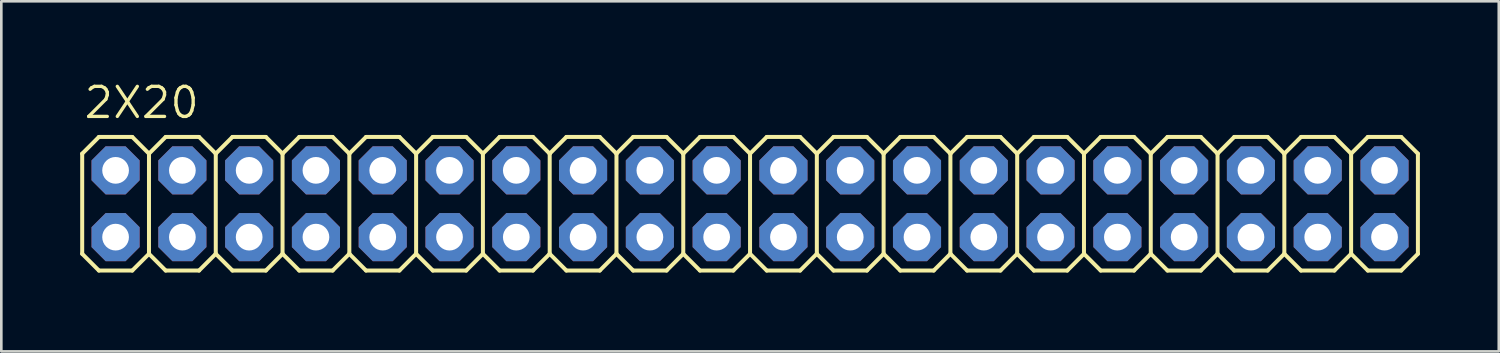
<source format=kicad_pcb>
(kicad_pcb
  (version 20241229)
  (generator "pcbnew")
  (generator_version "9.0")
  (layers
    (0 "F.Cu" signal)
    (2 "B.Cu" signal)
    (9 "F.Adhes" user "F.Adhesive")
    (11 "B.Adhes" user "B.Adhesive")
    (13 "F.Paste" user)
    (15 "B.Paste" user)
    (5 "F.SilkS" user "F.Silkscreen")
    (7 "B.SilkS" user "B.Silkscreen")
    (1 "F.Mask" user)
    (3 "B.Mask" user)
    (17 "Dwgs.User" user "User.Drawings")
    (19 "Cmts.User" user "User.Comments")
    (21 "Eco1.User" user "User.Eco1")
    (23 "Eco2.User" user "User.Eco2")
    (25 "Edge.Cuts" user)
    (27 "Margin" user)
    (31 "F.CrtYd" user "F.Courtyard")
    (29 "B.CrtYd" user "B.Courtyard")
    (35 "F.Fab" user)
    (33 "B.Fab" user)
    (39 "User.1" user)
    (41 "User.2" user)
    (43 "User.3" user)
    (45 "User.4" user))
  (footprint "2X20"
    (layer "F.Cu")
    (at 25.476 4.699)
    (property "Reference" "2X20" (at -25.4 -3.175 0) (layer "F.SilkS") (effects (font (size 1.143 1.143) (thickness 0.127)) (justify left bottom)))
    (fp_line (start -25.4 -1.905) (end -24.765 -2.54) (stroke (width 0.152) (type solid)) (layer "F.SilkS"))
    (fp_line (start -25.4 1.905) (end -25.4 -1.905) (stroke (width 0.152) (type solid)) (layer "F.SilkS"))
    (fp_line (start -25.4 1.905) (end -24.765 2.54) (stroke (width 0.152) (type solid)) (layer "F.SilkS"))
    (fp_line (start -24.765 -2.54) (end -23.495 -2.54) (stroke (width 0.152) (type solid)) (layer "F.SilkS"))
    (fp_line (start -24.765 2.54) (end -23.495 2.54) (stroke (width 0.152) (type solid)) (layer "F.SilkS"))
    (fp_line (start -23.495 -2.54) (end -22.86 -1.905) (stroke (width 0.152) (type solid)) (layer "F.SilkS"))
    (fp_line (start -23.495 2.54) (end -22.86 1.905) (stroke (width 0.152) (type solid)) (layer "F.SilkS"))
    (fp_line (start -22.86 -1.905) (end -22.86 1.905) (stroke (width 0.152) (type solid)) (layer "F.SilkS"))
    (fp_line (start -22.86 -1.905) (end -22.225 -2.54) (stroke (width 0.152) (type solid)) (layer "F.SilkS"))
    (fp_line (start -22.86 1.905) (end -22.225 2.54) (stroke (width 0.152) (type solid)) (layer "F.SilkS"))
    (fp_line (start -22.225 -2.54) (end -20.955 -2.54) (stroke (width 0.152) (type solid)) (layer "F.SilkS"))
    (fp_line (start -22.225 2.54) (end -20.955 2.54) (stroke (width 0.152) (type solid)) (layer "F.SilkS"))
    (fp_line (start -20.955 -2.54) (end -20.32 -1.905) (stroke (width 0.152) (type solid)) (layer "F.SilkS"))
    (fp_line (start -20.955 2.54) (end -20.32 1.905) (stroke (width 0.152) (type solid)) (layer "F.SilkS"))
    (fp_line (start -20.32 -1.905) (end -20.32 1.905) (stroke (width 0.152) (type solid)) (layer "F.SilkS"))
    (fp_line (start -20.32 -1.905) (end -19.685 -2.54) (stroke (width 0.152) (type solid)) (layer "F.SilkS"))
    (fp_line (start -20.32 1.905) (end -19.685 2.54) (stroke (width 0.152) (type solid)) (layer "F.SilkS"))
    (fp_line (start -19.685 -2.54) (end -18.415 -2.54) (stroke (width 0.152) (type solid)) (layer "F.SilkS"))
    (fp_line (start -19.685 2.54) (end -18.415 2.54) (stroke (width 0.152) (type solid)) (layer "F.SilkS"))
    (fp_line (start -18.415 -2.54) (end -17.78 -1.905) (stroke (width 0.152) (type solid)) (layer "F.SilkS"))
    (fp_line (start -18.415 2.54) (end -17.78 1.905) (stroke (width 0.152) (type solid)) (layer "F.SilkS"))
    (fp_line (start -17.78 -1.905) (end -17.78 1.905) (stroke (width 0.152) (type solid)) (layer "F.SilkS"))
    (fp_line (start -17.78 -1.905) (end -17.145 -2.54) (stroke (width 0.152) (type solid)) (layer "F.SilkS"))
    (fp_line (start -17.78 1.905) (end -17.145 2.54) (stroke (width 0.152) (type solid)) (layer "F.SilkS"))
    (fp_line (start -17.145 -2.54) (end -15.875 -2.54) (stroke (width 0.152) (type solid)) (layer "F.SilkS"))
    (fp_line (start -17.145 2.54) (end -15.875 2.54) (stroke (width 0.152) (type solid)) (layer "F.SilkS"))
    (fp_line (start -15.875 -2.54) (end -15.24 -1.905) (stroke (width 0.152) (type solid)) (layer "F.SilkS"))
    (fp_line (start -15.875 2.54) (end -15.24 1.905) (stroke (width 0.152) (type solid)) (layer "F.SilkS"))
    (fp_line (start -15.24 -1.905) (end -15.24 1.905) (stroke (width 0.152) (type solid)) (layer "F.SilkS"))
    (fp_line (start -15.24 -1.905) (end -14.605 -2.54) (stroke (width 0.152) (type solid)) (layer "F.SilkS"))
    (fp_line (start -15.24 1.905) (end -14.605 2.54) (stroke (width 0.152) (type solid)) (layer "F.SilkS"))
    (fp_line (start -14.605 -2.54) (end -13.335 -2.54) (stroke (width 0.152) (type solid)) (layer "F.SilkS"))
    (fp_line (start -14.605 2.54) (end -13.335 2.54) (stroke (width 0.152) (type solid)) (layer "F.SilkS"))
    (fp_line (start -13.335 -2.54) (end -12.7 -1.905) (stroke (width 0.152) (type solid)) (layer "F.SilkS"))
    (fp_line (start -13.335 2.54) (end -12.7 1.905) (stroke (width 0.152) (type solid)) (layer "F.SilkS"))
    (fp_line (start -12.7 -1.905) (end -12.7 1.905) (stroke (width 0.152) (type solid)) (layer "F.SilkS"))
    (fp_line (start -12.7 -1.905) (end -12.065 -2.54) (stroke (width 0.152) (type solid)) (layer "F.SilkS"))
    (fp_line (start -12.7 1.905) (end -12.065 2.54) (stroke (width 0.152) (type solid)) (layer "F.SilkS"))
    (fp_line (start -12.065 -2.54) (end -10.795 -2.54) (stroke (width 0.152) (type solid)) (layer "F.SilkS"))
    (fp_line (start -12.065 2.54) (end -10.795 2.54) (stroke (width 0.152) (type solid)) (layer "F.SilkS"))
    (fp_line (start -10.795 -2.54) (end -10.16 -1.905) (stroke (width 0.152) (type solid)) (layer "F.SilkS"))
    (fp_line (start -10.795 2.54) (end -10.16 1.905) (stroke (width 0.152) (type solid)) (layer "F.SilkS"))
    (fp_line (start -10.16 -1.905) (end -10.16 1.905) (stroke (width 0.152) (type solid)) (layer "F.SilkS"))
    (fp_line (start -10.16 -1.905) (end -9.525 -2.54) (stroke (width 0.152) (type solid)) (layer "F.SilkS"))
    (fp_line (start -10.16 1.905) (end -9.525 2.54) (stroke (width 0.152) (type solid)) (layer "F.SilkS"))
    (fp_line (start -9.525 -2.54) (end -8.255 -2.54) (stroke (width 0.152) (type solid)) (layer "F.SilkS"))
    (fp_line (start -8.255 -2.54) (end -7.62 -1.905) (stroke (width 0.152) (type solid)) (layer "F.SilkS"))
    (fp_line (start -8.255 2.54) (end -9.525 2.54) (stroke (width 0.152) (type solid)) (layer "F.SilkS"))
    (fp_line (start -7.62 -1.905) (end -7.62 1.905) (stroke (width 0.152) (type solid)) (layer "F.SilkS"))
    (fp_line (start -7.62 -1.905) (end -6.985 -2.54) (stroke (width 0.152) (type solid)) (layer "F.SilkS"))
    (fp_line (start -7.62 1.905) (end -8.255 2.54) (stroke (width 0.152) (type solid)) (layer "F.SilkS"))
    (fp_line (start -7.62 1.905) (end -6.985 2.54) (stroke (width 0.152) (type solid)) (layer "F.SilkS"))
    (fp_line (start -6.985 -2.54) (end -5.715 -2.54) (stroke (width 0.152) (type solid)) (layer "F.SilkS"))
    (fp_line (start -5.715 -2.54) (end -5.08 -1.905) (stroke (width 0.152) (type solid)) (layer "F.SilkS"))
    (fp_line (start -5.715 2.54) (end -6.985 2.54) (stroke (width 0.152) (type solid)) (layer "F.SilkS"))
    (fp_line (start -5.08 -1.905) (end -5.08 1.905) (stroke (width 0.152) (type solid)) (layer "F.SilkS"))
    (fp_line (start -5.08 -1.905) (end -4.445 -2.54) (stroke (width 0.152) (type solid)) (layer "F.SilkS"))
    (fp_line (start -5.08 1.905) (end -5.715 2.54) (stroke (width 0.152) (type solid)) (layer "F.SilkS"))
    (fp_line (start -5.08 1.905) (end -4.445 2.54) (stroke (width 0.152) (type solid)) (layer "F.SilkS"))
    (fp_line (start -4.445 -2.54) (end -3.175 -2.54) (stroke (width 0.152) (type solid)) (layer "F.SilkS"))
    (fp_line (start -3.175 -2.54) (end -2.54 -1.905) (stroke (width 0.152) (type solid)) (layer "F.SilkS"))
    (fp_line (start -3.175 2.54) (end -4.445 2.54) (stroke (width 0.152) (type solid)) (layer "F.SilkS"))
    (fp_line (start -2.54 -1.905) (end -2.54 1.905) (stroke (width 0.152) (type solid)) (layer "F.SilkS"))
    (fp_line (start -2.54 -1.905) (end -1.905 -2.54) (stroke (width 0.152) (type solid)) (layer "F.SilkS"))
    (fp_line (start -2.54 1.905) (end -3.175 2.54) (stroke (width 0.152) (type solid)) (layer "F.SilkS"))
    (fp_line (start -2.54 1.905) (end -1.905 2.54) (stroke (width 0.152) (type solid)) (layer "F.SilkS"))
    (fp_line (start -1.905 -2.54) (end -0.635 -2.54) (stroke (width 0.152) (type solid)) (layer "F.SilkS"))
    (fp_line (start -0.635 -2.54) (end 0 -1.905) (stroke (width 0.152) (type solid)) (layer "F.SilkS"))
    (fp_line (start -0.635 2.54) (end -1.905 2.54) (stroke (width 0.152) (type solid)) (layer "F.SilkS"))
    (fp_line (start 0 -1.905) (end 0 1.905) (stroke (width 0.152) (type solid)) (layer "F.SilkS"))
    (fp_line (start 0 -1.905) (end 0.635 -2.54) (stroke (width 0.152) (type solid)) (layer "F.SilkS"))
    (fp_line (start 0 1.905) (end -0.635 2.54) (stroke (width 0.152) (type solid)) (layer "F.SilkS"))
    (fp_line (start 0 1.905) (end 0.635 2.54) (stroke (width 0.152) (type solid)) (layer "F.SilkS"))
    (fp_line (start 0.635 -2.54) (end 1.905 -2.54) (stroke (width 0.152) (type solid)) (layer "F.SilkS"))
    (fp_line (start 1.905 -2.54) (end 2.54 -1.905) (stroke (width 0.152) (type solid)) (layer "F.SilkS"))
    (fp_line (start 1.905 2.54) (end 0.635 2.54) (stroke (width 0.152) (type solid)) (layer "F.SilkS"))
    (fp_line (start 2.54 -1.905) (end 2.54 1.905) (stroke (width 0.152) (type solid)) (layer "F.SilkS"))
    (fp_line (start 2.54 -1.905) (end 3.175 -2.54) (stroke (width 0.152) (type solid)) (layer "F.SilkS"))
    (fp_line (start 2.54 1.905) (end 1.905 2.54) (stroke (width 0.152) (type solid)) (layer "F.SilkS"))
    (fp_line (start 2.54 1.905) (end 3.175 2.54) (stroke (width 0.152) (type solid)) (layer "F.SilkS"))
    (fp_line (start 3.175 -2.54) (end 4.445 -2.54) (stroke (width 0.152) (type solid)) (layer "F.SilkS"))
    (fp_line (start 4.445 2.54) (end 3.175 2.54) (stroke (width 0.152) (type solid)) (layer "F.SilkS"))
    (fp_line (start 5.08 -1.905) (end 4.445 -2.54) (stroke (width 0.152) (type solid)) (layer "F.SilkS"))
    (fp_line (start 5.08 -1.905) (end 5.08 1.905) (stroke (width 0.152) (type solid)) (layer "F.SilkS"))
    (fp_line (start 5.08 -1.905) (end 5.715 -2.54) (stroke (width 0.152) (type solid)) (layer "F.SilkS"))
    (fp_line (start 5.08 1.905) (end 4.445 2.54) (stroke (width 0.152) (type solid)) (layer "F.SilkS"))
    (fp_line (start 5.08 1.905) (end 5.715 2.54) (stroke (width 0.152) (type solid)) (layer "F.SilkS"))
    (fp_line (start 6.985 -2.54) (end 5.715 -2.54) (stroke (width 0.152) (type solid)) (layer "F.SilkS"))
    (fp_line (start 6.985 -2.54) (end 7.62 -1.905) (stroke (width 0.152) (type solid)) (layer "F.SilkS"))
    (fp_line (start 6.985 2.54) (end 5.715 2.54) (stroke (width 0.152) (type solid)) (layer "F.SilkS"))
    (fp_line (start 7.62 -1.905) (end 7.62 1.905) (stroke (width 0.152) (type solid)) (layer "F.SilkS"))
    (fp_line (start 7.62 -1.905) (end 8.255 -2.54) (stroke (width 0.152) (type solid)) (layer "F.SilkS"))
    (fp_line (start 7.62 1.905) (end 6.985 2.54) (stroke (width 0.152) (type solid)) (layer "F.SilkS"))
    (fp_line (start 7.62 1.905) (end 8.255 2.54) (stroke (width 0.152) (type solid)) (layer "F.SilkS"))
    (fp_line (start 9.525 -2.54) (end 8.255 -2.54) (stroke (width 0.152) (type solid)) (layer "F.SilkS"))
    (fp_line (start 9.525 -2.54) (end 10.16 -1.905) (stroke (width 0.152) (type solid)) (layer "F.SilkS"))
    (fp_line (start 9.525 2.54) (end 8.255 2.54) (stroke (width 0.152) (type solid)) (layer "F.SilkS"))
    (fp_line (start 10.16 -1.905) (end 10.16 1.905) (stroke (width 0.152) (type solid)) (layer "F.SilkS"))
    (fp_line (start 10.16 -1.905) (end 10.795 -2.54) (stroke (width 0.152) (type solid)) (layer "F.SilkS"))
    (fp_line (start 10.16 1.905) (end 9.525 2.54) (stroke (width 0.152) (type solid)) (layer "F.SilkS"))
    (fp_line (start 10.795 2.54) (end 10.16 1.905) (stroke (width 0.152) (type solid)) (layer "F.SilkS"))
    (fp_line (start 10.795 2.54) (end 12.065 2.54) (stroke (width 0.152) (type solid)) (layer "F.SilkS"))
    (fp_line (start 12.065 -2.54) (end 10.795 -2.54) (stroke (width 0.152) (type solid)) (layer "F.SilkS"))
    (fp_line (start 12.065 -2.54) (end 12.7 -1.905) (stroke (width 0.152) (type solid)) (layer "F.SilkS"))
    (fp_line (start 12.7 -1.905) (end 12.7 1.905) (stroke (width 0.152) (type solid)) (layer "F.SilkS"))
    (fp_line (start 12.7 -1.905) (end 13.335 -2.54) (stroke (width 0.152) (type solid)) (layer "F.SilkS"))
    (fp_line (start 12.7 1.905) (end 12.065 2.54) (stroke (width 0.152) (type solid)) (layer "F.SilkS"))
    (fp_line (start 13.335 2.54) (end 12.7 1.905) (stroke (width 0.152) (type solid)) (layer "F.SilkS"))
    (fp_line (start 13.335 2.54) (end 14.605 2.54) (stroke (width 0.152) (type solid)) (layer "F.SilkS"))
    (fp_line (start 14.605 -2.54) (end 13.335 -2.54) (stroke (width 0.152) (type solid)) (layer "F.SilkS"))
    (fp_line (start 14.605 -2.54) (end 15.24 -1.905) (stroke (width 0.152) (type solid)) (layer "F.SilkS"))
    (fp_line (start 15.24 -1.905) (end 15.24 1.905) (stroke (width 0.152) (type solid)) (layer "F.SilkS"))
    (fp_line (start 15.24 -1.905) (end 15.875 -2.54) (stroke (width 0.152) (type solid)) (layer "F.SilkS"))
    (fp_line (start 15.24 1.905) (end 14.605 2.54) (stroke (width 0.152) (type solid)) (layer "F.SilkS"))
    (fp_line (start 15.24 1.905) (end 15.875 2.54) (stroke (width 0.152) (type solid)) (layer "F.SilkS"))
    (fp_line (start 17.145 -2.54) (end 15.875 -2.54) (stroke (width 0.152) (type solid)) (layer "F.SilkS"))
    (fp_line (start 17.145 -2.54) (end 17.78 -1.905) (stroke (width 0.152) (type solid)) (layer "F.SilkS"))
    (fp_line (start 17.145 2.54) (end 15.875 2.54) (stroke (width 0.152) (type solid)) (layer "F.SilkS"))
    (fp_line (start 17.78 -1.905) (end 17.78 1.905) (stroke (width 0.152) (type solid)) (layer "F.SilkS"))
    (fp_line (start 17.78 -1.905) (end 18.415 -2.54) (stroke (width 0.152) (type solid)) (layer "F.SilkS"))
    (fp_line (start 17.78 1.905) (end 17.145 2.54) (stroke (width 0.152) (type solid)) (layer "F.SilkS"))
    (fp_line (start 17.78 1.905) (end 18.415 2.54) (stroke (width 0.152) (type solid)) (layer "F.SilkS"))
    (fp_line (start 19.685 -2.54) (end 18.415 -2.54) (stroke (width 0.152) (type solid)) (layer "F.SilkS"))
    (fp_line (start 19.685 -2.54) (end 20.32 -1.905) (stroke (width 0.152) (type solid)) (layer "F.SilkS"))
    (fp_line (start 19.685 2.54) (end 18.415 2.54) (stroke (width 0.152) (type solid)) (layer "F.SilkS"))
    (fp_line (start 20.32 -1.905) (end 20.32 1.905) (stroke (width 0.152) (type solid)) (layer "F.SilkS"))
    (fp_line (start 20.32 -1.905) (end 20.955 -2.54) (stroke (width 0.152) (type solid)) (layer "F.SilkS"))
    (fp_line (start 20.32 1.905) (end 19.685 2.54) (stroke (width 0.152) (type solid)) (layer "F.SilkS"))
    (fp_line (start 20.32 1.905) (end 20.955 2.54) (stroke (width 0.152) (type solid)) (layer "F.SilkS"))
    (fp_line (start 22.225 -2.54) (end 20.955 -2.54) (stroke (width 0.152) (type solid)) (layer "F.SilkS"))
    (fp_line (start 22.225 -2.54) (end 22.86 -1.905) (stroke (width 0.152) (type solid)) (layer "F.SilkS"))
    (fp_line (start 22.225 2.54) (end 20.955 2.54) (stroke (width 0.152) (type solid)) (layer "F.SilkS"))
    (fp_line (start 22.86 -1.905) (end 22.86 1.905) (stroke (width 0.152) (type solid)) (layer "F.SilkS"))
    (fp_line (start 22.86 -1.905) (end 23.495 -2.54) (stroke (width 0.152) (type solid)) (layer "F.SilkS"))
    (fp_line (start 22.86 1.905) (end 22.225 2.54) (stroke (width 0.152) (type solid)) (layer "F.SilkS"))
    (fp_line (start 22.86 1.905) (end 23.495 2.54) (stroke (width 0.152) (type solid)) (layer "F.SilkS"))
    (fp_line (start 24.765 -2.54) (end 23.495 -2.54) (stroke (width 0.152) (type solid)) (layer "F.SilkS"))
    (fp_line (start 24.765 -2.54) (end 25.4 -1.905) (stroke (width 0.152) (type solid)) (layer "F.SilkS"))
    (fp_line (start 24.765 2.54) (end 23.495 2.54) (stroke (width 0.152) (type solid)) (layer "F.SilkS"))
    (fp_line (start 25.4 -1.905) (end 25.4 1.905) (stroke (width 0.152) (type solid)) (layer "F.SilkS"))
    (fp_line (start 25.4 1.905) (end 24.765 2.54) (stroke (width 0.152) (type solid)) (layer "F.SilkS"))
    (fp_poly (pts (xy -24.384 -1.016) (xy -23.876 -1.016) (xy -23.876 -1.524) (xy -24.384 -1.524)) (stroke (width 0.1) (type default)) (fill no) (layer "F.Fab"))
    (fp_poly (pts (xy -24.384 1.524) (xy -23.876 1.524) (xy -23.876 1.016) (xy -24.384 1.016)) (stroke (width 0.1) (type default)) (fill no) (layer "F.Fab"))
    (fp_poly (pts (xy -21.844 -1.016) (xy -21.336 -1.016) (xy -21.336 -1.524) (xy -21.844 -1.524)) (stroke (width 0.1) (type default)) (fill no) (layer "F.Fab"))
    (fp_poly (pts (xy -21.844 1.524) (xy -21.336 1.524) (xy -21.336 1.016) (xy -21.844 1.016)) (stroke (width 0.1) (type default)) (fill no) (layer "F.Fab"))
    (fp_poly (pts (xy -19.304 -1.016) (xy -18.796 -1.016) (xy -18.796 -1.524) (xy -19.304 -1.524)) (stroke (width 0.1) (type default)) (fill no) (layer "F.Fab"))
    (fp_poly (pts (xy -19.304 1.524) (xy -18.796 1.524) (xy -18.796 1.016) (xy -19.304 1.016)) (stroke (width 0.1) (type default)) (fill no) (layer "F.Fab"))
    (fp_poly (pts (xy -16.764 -1.016) (xy -16.256 -1.016) (xy -16.256 -1.524) (xy -16.764 -1.524)) (stroke (width 0.1) (type default)) (fill no) (layer "F.Fab"))
    (fp_poly (pts (xy -16.764 1.524) (xy -16.256 1.524) (xy -16.256 1.016) (xy -16.764 1.016)) (stroke (width 0.1) (type default)) (fill no) (layer "F.Fab"))
    (fp_poly (pts (xy -14.224 -1.016) (xy -13.716 -1.016) (xy -13.716 -1.524) (xy -14.224 -1.524)) (stroke (width 0.1) (type default)) (fill no) (layer "F.Fab"))
    (fp_poly (pts (xy -14.224 1.524) (xy -13.716 1.524) (xy -13.716 1.016) (xy -14.224 1.016)) (stroke (width 0.1) (type default)) (fill no) (layer "F.Fab"))
    (fp_poly (pts (xy -11.684 -1.016) (xy -11.176 -1.016) (xy -11.176 -1.524) (xy -11.684 -1.524)) (stroke (width 0.1) (type default)) (fill no) (layer "F.Fab"))
    (fp_poly (pts (xy -11.684 1.524) (xy -11.176 1.524) (xy -11.176 1.016) (xy -11.684 1.016)) (stroke (width 0.1) (type default)) (fill no) (layer "F.Fab"))
    (fp_poly (pts (xy -9.144 -1.016) (xy -8.636 -1.016) (xy -8.636 -1.524) (xy -9.144 -1.524)) (stroke (width 0.1) (type default)) (fill no) (layer "F.Fab"))
    (fp_poly (pts (xy -9.144 1.524) (xy -8.636 1.524) (xy -8.636 1.016) (xy -9.144 1.016)) (stroke (width 0.1) (type default)) (fill no) (layer "F.Fab"))
    (fp_poly (pts (xy -6.604 -1.016) (xy -6.096 -1.016) (xy -6.096 -1.524) (xy -6.604 -1.524)) (stroke (width 0.1) (type default)) (fill no) (layer "F.Fab"))
    (fp_poly (pts (xy -6.604 1.524) (xy -6.096 1.524) (xy -6.096 1.016) (xy -6.604 1.016)) (stroke (width 0.1) (type default)) (fill no) (layer "F.Fab"))
    (fp_poly (pts (xy -4.064 -1.016) (xy -3.556 -1.016) (xy -3.556 -1.524) (xy -4.064 -1.524)) (stroke (width 0.1) (type default)) (fill no) (layer "F.Fab"))
    (fp_poly (pts (xy -4.064 1.524) (xy -3.556 1.524) (xy -3.556 1.016) (xy -4.064 1.016)) (stroke (width 0.1) (type default)) (fill no) (layer "F.Fab"))
    (fp_poly (pts (xy -1.524 -1.016) (xy -1.016 -1.016) (xy -1.016 -1.524) (xy -1.524 -1.524)) (stroke (width 0.1) (type default)) (fill no) (layer "F.Fab"))
    (fp_poly (pts (xy -1.524 1.524) (xy -1.016 1.524) (xy -1.016 1.016) (xy -1.524 1.016)) (stroke (width 0.1) (type default)) (fill no) (layer "F.Fab"))
    (fp_poly (pts (xy 1.016 -1.016) (xy 1.524 -1.016) (xy 1.524 -1.524) (xy 1.016 -1.524)) (stroke (width 0.1) (type default)) (fill no) (layer "F.Fab"))
    (fp_poly (pts (xy 1.016 1.524) (xy 1.524 1.524) (xy 1.524 1.016) (xy 1.016 1.016)) (stroke (width 0.1) (type default)) (fill no) (layer "F.Fab"))
    (fp_poly (pts (xy 3.556 -1.016) (xy 4.064 -1.016) (xy 4.064 -1.524) (xy 3.556 -1.524)) (stroke (width 0.1) (type default)) (fill no) (layer "F.Fab"))
    (fp_poly (pts (xy 3.556 1.524) (xy 4.064 1.524) (xy 4.064 1.016) (xy 3.556 1.016)) (stroke (width 0.1) (type default)) (fill no) (layer "F.Fab"))
    (fp_poly (pts (xy 6.096 -1.016) (xy 6.604 -1.016) (xy 6.604 -1.524) (xy 6.096 -1.524)) (stroke (width 0.1) (type default)) (fill no) (layer "F.Fab"))
    (fp_poly (pts (xy 6.096 1.524) (xy 6.604 1.524) (xy 6.604 1.016) (xy 6.096 1.016)) (stroke (width 0.1) (type default)) (fill no) (layer "F.Fab"))
    (fp_poly (pts (xy 8.636 -1.016) (xy 9.144 -1.016) (xy 9.144 -1.524) (xy 8.636 -1.524)) (stroke (width 0.1) (type default)) (fill no) (layer "F.Fab"))
    (fp_poly (pts (xy 8.636 1.524) (xy 9.144 1.524) (xy 9.144 1.016) (xy 8.636 1.016)) (stroke (width 0.1) (type default)) (fill no) (layer "F.Fab"))
    (fp_poly (pts (xy 11.176 -1.016) (xy 11.684 -1.016) (xy 11.684 -1.524) (xy 11.176 -1.524)) (stroke (width 0.1) (type default)) (fill no) (layer "F.Fab"))
    (fp_poly (pts (xy 11.176 1.524) (xy 11.684 1.524) (xy 11.684 1.016) (xy 11.176 1.016)) (stroke (width 0.1) (type default)) (fill no) (layer "F.Fab"))
    (fp_poly (pts (xy 13.716 -1.016) (xy 14.224 -1.016) (xy 14.224 -1.524) (xy 13.716 -1.524)) (stroke (width 0.1) (type default)) (fill no) (layer "F.Fab"))
    (fp_poly (pts (xy 13.716 1.524) (xy 14.224 1.524) (xy 14.224 1.016) (xy 13.716 1.016)) (stroke (width 0.1) (type default)) (fill no) (layer "F.Fab"))
    (fp_poly (pts (xy 16.256 -1.016) (xy 16.764 -1.016) (xy 16.764 -1.524) (xy 16.256 -1.524)) (stroke (width 0.1) (type default)) (fill no) (layer "F.Fab"))
    (fp_poly (pts (xy 16.256 1.524) (xy 16.764 1.524) (xy 16.764 1.016) (xy 16.256 1.016)) (stroke (width 0.1) (type default)) (fill no) (layer "F.Fab"))
    (fp_poly (pts (xy 18.796 -1.016) (xy 19.304 -1.016) (xy 19.304 -1.524) (xy 18.796 -1.524)) (stroke (width 0.1) (type default)) (fill no) (layer "F.Fab"))
    (fp_poly (pts (xy 18.796 1.524) (xy 19.304 1.524) (xy 19.304 1.016) (xy 18.796 1.016)) (stroke (width 0.1) (type default)) (fill no) (layer "F.Fab"))
    (fp_poly (pts (xy 21.336 -1.016) (xy 21.844 -1.016) (xy 21.844 -1.524) (xy 21.336 -1.524)) (stroke (width 0.1) (type default)) (fill no) (layer "F.Fab"))
    (fp_poly (pts (xy 21.336 1.524) (xy 21.844 1.524) (xy 21.844 1.016) (xy 21.336 1.016)) (stroke (width 0.1) (type default)) (fill no) (layer "F.Fab"))
    (fp_poly (pts (xy 23.876 -1.016) (xy 24.384 -1.016) (xy 24.384 -1.524) (xy 23.876 -1.524)) (stroke (width 0.1) (type default)) (fill no) (layer "F.Fab"))
    (fp_poly (pts (xy 23.876 1.524) (xy 24.384 1.524) (xy 24.384 1.016) (xy 23.876 1.016)) (stroke (width 0.1) (type default)) (fill no) (layer "F.Fab"))
    (pad "1" thru_hole roundrect (at -24.13 1.27) (size 1.829 1.829) (drill 1.016) (layers "*.Cu" "*.Mask") (roundrect_rratio 0.25) (chamfer_ratio 0.293) (chamfer top_left top_right bottom_left bottom_right))
    (pad "2" thru_hole roundrect (at -24.13 -1.27) (size 1.829 1.829) (drill 1.016) (layers "*.Cu" "*.Mask") (roundrect_rratio 0.25) (chamfer_ratio 0.293) (chamfer top_left top_right bottom_left bottom_right))
    (pad "3" thru_hole roundrect (at -21.59 1.27) (size 1.829 1.829) (drill 1.016) (layers "*.Cu" "*.Mask") (roundrect_rratio 0.25) (chamfer_ratio 0.293) (chamfer top_left top_right bottom_left bottom_right))
    (pad "4" thru_hole roundrect (at -21.59 -1.27) (size 1.829 1.829) (drill 1.016) (layers "*.Cu" "*.Mask") (roundrect_rratio 0.25) (chamfer_ratio 0.293) (chamfer top_left top_right bottom_left bottom_right))
    (pad "5" thru_hole roundrect (at -19.05 1.27) (size 1.829 1.829) (drill 1.016) (layers "*.Cu" "*.Mask") (roundrect_rratio 0.25) (chamfer_ratio 0.293) (chamfer top_left top_right bottom_left bottom_right))
    (pad "6" thru_hole roundrect (at -19.05 -1.27) (size 1.829 1.829) (drill 1.016) (layers "*.Cu" "*.Mask") (roundrect_rratio 0.25) (chamfer_ratio 0.293) (chamfer top_left top_right bottom_left bottom_right))
    (pad "7" thru_hole roundrect (at -16.51 1.27) (size 1.829 1.829) (drill 1.016) (layers "*.Cu" "*.Mask") (roundrect_rratio 0.25) (chamfer_ratio 0.293) (chamfer top_left top_right bottom_left bottom_right))
    (pad "8" thru_hole roundrect (at -16.51 -1.27) (size 1.829 1.829) (drill 1.016) (layers "*.Cu" "*.Mask") (roundrect_rratio 0.25) (chamfer_ratio 0.293) (chamfer top_left top_right bottom_left bottom_right))
    (pad "9" thru_hole roundrect (at -13.97 1.27) (size 1.829 1.829) (drill 1.016) (layers "*.Cu" "*.Mask") (roundrect_rratio 0.25) (chamfer_ratio 0.293) (chamfer top_left top_right bottom_left bottom_right))
    (pad "10" thru_hole roundrect (at -13.97 -1.27) (size 1.829 1.829) (drill 1.016) (layers "*.Cu" "*.Mask") (roundrect_rratio 0.25) (chamfer_ratio 0.293) (chamfer top_left top_right bottom_left bottom_right))
    (pad "11" thru_hole roundrect (at -11.43 1.27) (size 1.829 1.829) (drill 1.016) (layers "*.Cu" "*.Mask") (roundrect_rratio 0.25) (chamfer_ratio 0.293) (chamfer top_left top_right bottom_left bottom_right))
    (pad "12" thru_hole roundrect (at -11.43 -1.27) (size 1.829 1.829) (drill 1.016) (layers "*.Cu" "*.Mask") (roundrect_rratio 0.25) (chamfer_ratio 0.293) (chamfer top_left top_right bottom_left bottom_right))
    (pad "13" thru_hole roundrect (at -8.89 1.27) (size 1.829 1.829) (drill 1.016) (layers "*.Cu" "*.Mask") (roundrect_rratio 0.25) (chamfer_ratio 0.293) (chamfer top_left top_right bottom_left bottom_right))
    (pad "14" thru_hole roundrect (at -8.89 -1.27) (size 1.829 1.829) (drill 1.016) (layers "*.Cu" "*.Mask") (roundrect_rratio 0.25) (chamfer_ratio 0.293) (chamfer top_left top_right bottom_left bottom_right))
    (pad "15" thru_hole roundrect (at -6.35 1.27) (size 1.829 1.829) (drill 1.016) (layers "*.Cu" "*.Mask") (roundrect_rratio 0.25) (chamfer_ratio 0.293) (chamfer top_left top_right bottom_left bottom_right))
    (pad "16" thru_hole roundrect (at -6.35 -1.27) (size 1.829 1.829) (drill 1.016) (layers "*.Cu" "*.Mask") (roundrect_rratio 0.25) (chamfer_ratio 0.293) (chamfer top_left top_right bottom_left bottom_right))
    (pad "17" thru_hole roundrect (at -3.81 1.27) (size 1.829 1.829) (drill 1.016) (layers "*.Cu" "*.Mask") (roundrect_rratio 0.25) (chamfer_ratio 0.293) (chamfer top_left top_right bottom_left bottom_right))
    (pad "18" thru_hole roundrect (at -3.81 -1.27) (size 1.829 1.829) (drill 1.016) (layers "*.Cu" "*.Mask") (roundrect_rratio 0.25) (chamfer_ratio 0.293) (chamfer top_left top_right bottom_left bottom_right))
    (pad "19" thru_hole roundrect (at -1.27 1.27) (size 1.829 1.829) (drill 1.016) (layers "*.Cu" "*.Mask") (roundrect_rratio 0.25) (chamfer_ratio 0.293) (chamfer top_left top_right bottom_left bottom_right))
    (pad "20" thru_hole roundrect (at -1.27 -1.27) (size 1.829 1.829) (drill 1.016) (layers "*.Cu" "*.Mask") (roundrect_rratio 0.25) (chamfer_ratio 0.293) (chamfer top_left top_right bottom_left bottom_right))
    (pad "21" thru_hole roundrect (at 1.27 1.27) (size 1.829 1.829) (drill 1.016) (layers "*.Cu" "*.Mask") (roundrect_rratio 0.25) (chamfer_ratio 0.293) (chamfer top_left top_right bottom_left bottom_right))
    (pad "22" thru_hole roundrect (at 1.27 -1.27) (size 1.829 1.829) (drill 1.016) (layers "*.Cu" "*.Mask") (roundrect_rratio 0.25) (chamfer_ratio 0.293) (chamfer top_left top_right bottom_left bottom_right))
    (pad "23" thru_hole roundrect (at 3.81 1.27) (size 1.829 1.829) (drill 1.016) (layers "*.Cu" "*.Mask") (roundrect_rratio 0.25) (chamfer_ratio 0.293) (chamfer top_left top_right bottom_left bottom_right))
    (pad "24" thru_hole roundrect (at 3.81 -1.27) (size 1.829 1.829) (drill 1.016) (layers "*.Cu" "*.Mask") (roundrect_rratio 0.25) (chamfer_ratio 0.293) (chamfer top_left top_right bottom_left bottom_right))
    (pad "25" thru_hole roundrect (at 6.35 1.27) (size 1.829 1.829) (drill 1.016) (layers "*.Cu" "*.Mask") (roundrect_rratio 0.25) (chamfer_ratio 0.293) (chamfer top_left top_right bottom_left bottom_right))
    (pad "26" thru_hole roundrect (at 6.35 -1.27) (size 1.829 1.829) (drill 1.016) (layers "*.Cu" "*.Mask") (roundrect_rratio 0.25) (chamfer_ratio 0.293) (chamfer top_left top_right bottom_left bottom_right))
    (pad "27" thru_hole roundrect (at 8.89 1.27) (size 1.829 1.829) (drill 1.016) (layers "*.Cu" "*.Mask") (roundrect_rratio 0.25) (chamfer_ratio 0.293) (chamfer top_left top_right bottom_left bottom_right))
    (pad "28" thru_hole roundrect (at 8.89 -1.27) (size 1.829 1.829) (drill 1.016) (layers "*.Cu" "*.Mask") (roundrect_rratio 0.25) (chamfer_ratio 0.293) (chamfer top_left top_right bottom_left bottom_right))
    (pad "29" thru_hole roundrect (at 11.43 1.27) (size 1.829 1.829) (drill 1.016) (layers "*.Cu" "*.Mask") (roundrect_rratio 0.25) (chamfer_ratio 0.293) (chamfer top_left top_right bottom_left bottom_right))
    (pad "30" thru_hole roundrect (at 11.43 -1.27) (size 1.829 1.829) (drill 1.016) (layers "*.Cu" "*.Mask") (roundrect_rratio 0.25) (chamfer_ratio 0.293) (chamfer top_left top_right bottom_left bottom_right))
    (pad "31" thru_hole roundrect (at 13.97 1.27) (size 1.829 1.829) (drill 1.016) (layers "*.Cu" "*.Mask") (roundrect_rratio 0.25) (chamfer_ratio 0.293) (chamfer top_left top_right bottom_left bottom_right))
    (pad "32" thru_hole roundrect (at 13.97 -1.27) (size 1.829 1.829) (drill 1.016) (layers "*.Cu" "*.Mask") (roundrect_rratio 0.25) (chamfer_ratio 0.293) (chamfer top_left top_right bottom_left bottom_right))
    (pad "33" thru_hole roundrect (at 16.51 1.27) (size 1.829 1.829) (drill 1.016) (layers "*.Cu" "*.Mask") (roundrect_rratio 0.25) (chamfer_ratio 0.293) (chamfer top_left top_right bottom_left bottom_right))
    (pad "34" thru_hole roundrect (at 16.51 -1.27) (size 1.829 1.829) (drill 1.016) (layers "*.Cu" "*.Mask") (roundrect_rratio 0.25) (chamfer_ratio 0.293) (chamfer top_left top_right bottom_left bottom_right))
    (pad "35" thru_hole roundrect (at 19.05 1.27) (size 1.829 1.829) (drill 1.016) (layers "*.Cu" "*.Mask") (roundrect_rratio 0.25) (chamfer_ratio 0.293) (chamfer top_left top_right bottom_left bottom_right))
    (pad "36" thru_hole roundrect (at 19.05 -1.27) (size 1.829 1.829) (drill 1.016) (layers "*.Cu" "*.Mask") (roundrect_rratio 0.25) (chamfer_ratio 0.293) (chamfer top_left top_right bottom_left bottom_right))
    (pad "37" thru_hole roundrect (at 21.59 1.27) (size 1.829 1.829) (drill 1.016) (layers "*.Cu" "*.Mask") (roundrect_rratio 0.25) (chamfer_ratio 0.293) (chamfer top_left top_right bottom_left bottom_right))
    (pad "38" thru_hole roundrect (at 21.59 -1.27) (size 1.829 1.829) (drill 1.016) (layers "*.Cu" "*.Mask") (roundrect_rratio 0.25) (chamfer_ratio 0.293) (chamfer top_left top_right bottom_left bottom_right))
    (pad "39" thru_hole roundrect (at 24.13 1.27) (size 1.829 1.829) (drill 1.016) (layers "*.Cu" "*.Mask") (roundrect_rratio 0.25) (chamfer_ratio 0.293) (chamfer top_left top_right bottom_left bottom_right))
    (pad "40" thru_hole roundrect (at 24.13 -1.27) (size 1.829 1.829) (drill 1.016) (layers "*.Cu" "*.Mask") (roundrect_rratio 0.25) (chamfer_ratio 0.293) (chamfer top_left top_right bottom_left bottom_right)))
  (gr_rect
    (start -3 -3)
    (end 53.952 10.315)
    (stroke (width 0.1) (type default))
    (fill no)
    (layer "Edge.Cuts")))
</source>
